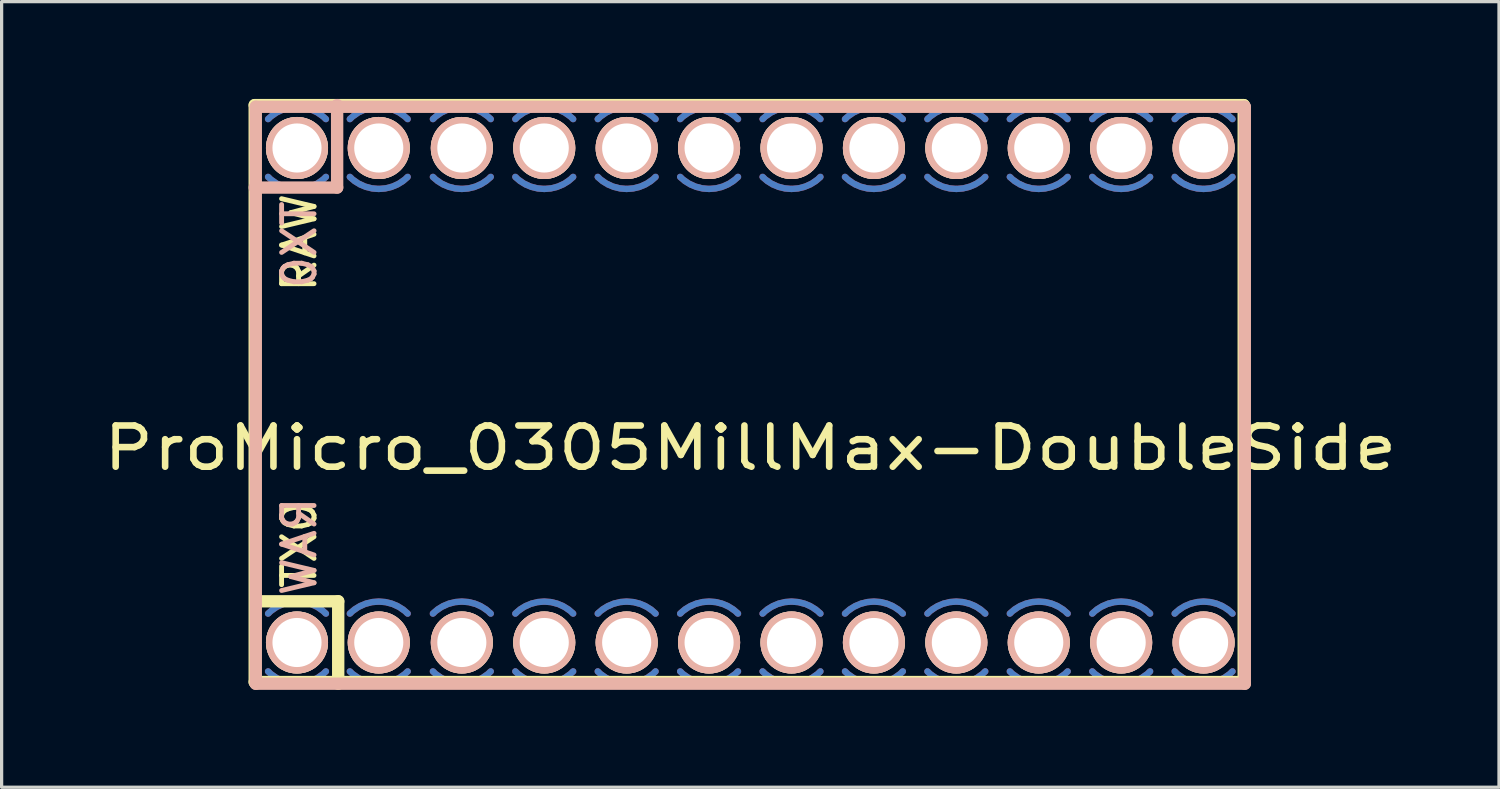
<source format=kicad_pcb>
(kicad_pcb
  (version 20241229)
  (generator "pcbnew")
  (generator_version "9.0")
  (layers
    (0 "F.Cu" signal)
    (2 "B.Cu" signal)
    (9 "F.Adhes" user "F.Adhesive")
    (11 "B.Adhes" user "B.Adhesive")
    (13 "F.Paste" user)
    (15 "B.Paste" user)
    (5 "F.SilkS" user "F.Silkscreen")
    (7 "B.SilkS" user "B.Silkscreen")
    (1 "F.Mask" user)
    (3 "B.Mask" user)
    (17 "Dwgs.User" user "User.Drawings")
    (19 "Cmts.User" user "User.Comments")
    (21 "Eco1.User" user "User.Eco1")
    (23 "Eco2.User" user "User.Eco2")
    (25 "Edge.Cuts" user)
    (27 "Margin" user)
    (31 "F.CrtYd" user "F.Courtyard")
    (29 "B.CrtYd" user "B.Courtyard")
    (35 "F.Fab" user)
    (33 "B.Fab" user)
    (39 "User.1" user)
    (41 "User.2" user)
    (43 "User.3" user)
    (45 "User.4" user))
  (footprint "ProMicro_0305MillMax-DoubleSide"
    (layer "F.Cu")
    (at 20.073 9.131)
    (property "Reference" "ProMicro_0305MillMax-DoubleSide" (at 0 1.625 0) (layer "F.SilkS") (effects (font (size 1.27 1.524) (thickness 0.203))))
    (attr through_hole)
    (fp_line (start -15.273 -8.941) (end 15.207 -8.941) (stroke (width 0.381) (type solid)) (layer "F.SilkS"))
    (fp_line (start -15.273 8.839) (end -15.273 -8.941) (stroke (width 0.381) (type solid)) (layer "F.SilkS"))
    (fp_line (start -15.24 6.35) (end -12.7 6.35) (stroke (width 0.381) (type solid)) (layer "F.SilkS"))
    (fp_line (start -12.7 6.35) (end -12.7 8.89) (stroke (width 0.381) (type solid)) (layer "F.SilkS"))
    (fp_line (start 15.207 -8.941) (end 15.207 8.839) (stroke (width 0.381) (type solid)) (layer "F.SilkS"))
    (fp_line (start 15.207 8.839) (end -15.273 8.839) (stroke (width 0.381) (type solid)) (layer "F.SilkS"))
    (fp_line (start -15.273 -6.401) (end -12.733 -6.401) (stroke (width 0.381) (type solid)) (layer "B.SilkS"))
    (fp_line (start -15.24 -8.89) (end -15.24 8.89) (stroke (width 0.381) (type solid)) (layer "B.SilkS"))
    (fp_line (start -15.24 8.89) (end 15.24 8.89) (stroke (width 0.381) (type solid)) (layer "B.SilkS"))
    (fp_line (start -12.733 -6.401) (end -12.733 -8.941) (stroke (width 0.381) (type solid)) (layer "B.SilkS"))
    (fp_line (start 15.24 -8.89) (end -15.24 -8.89) (stroke (width 0.381) (type solid)) (layer "B.SilkS"))
    (fp_line (start 15.24 8.89) (end 15.24 -8.89) (stroke (width 0.381) (type solid)) (layer "B.SilkS"))
    (fp_text user "TX0" (at -13.9 4.6 270) (layer "F.SilkS") (effects (font (size 1 1) (thickness 0.15))))
    (fp_text user "RAW" (at -13.9 -4.7 270) (layer "F.SilkS") (effects (font (size 1 1) (thickness 0.15))))
    (fp_text user "TX0" (at -13.899 -4.64 90) (layer "B.SilkS") (effects (font (size 1 1) (thickness 0.15)) (justify mirror)))
    (fp_text user "RAW" (at -13.899 4.66 90) (layer "B.SilkS") (effects (font (size 1 1) (thickness 0.15)) (justify mirror)))
    (pad "1" smd custom (at -13.97 -8.88) (size 0.2 0.2) (layers "F.Cu" "B.Mask") (options (anchor circle)) (primitives (gr_arc (start -0.890955 0.369045) (mid 0 -0.000001) (end 0.890955 0.369045) (width 0.2))))
    (pad "1" smd custom (at -13.97 -6.36) (size 0.2 0.2) (layers "F.Cu" "B.Mask") (options (anchor circle)) (primitives (gr_arc (start 0.890955 -0.369045) (mid 0 0.000001) (end -0.890955 -0.369045) (width 0.2))))
    (pad "1" smd custom (at -13.97 6.36) (size 0.2 0.2) (layers "B.Cu" "B.Mask") (options (anchor circle)) (primitives (gr_arc (start -0.890955 0.369045) (mid 0 -0.000001) (end 0.890955 0.369045) (width 0.2))))
    (pad "1" smd custom (at -13.97 8.88) (size 0.2 0.2) (layers "B.Cu" "B.Mask") (options (anchor circle)) (primitives (gr_arc (start 0.890955 -0.369045) (mid 0 0.000001) (end -0.890955 -0.369045) (width 0.2))))
    (pad "2" smd custom (at -11.45 -8.88) (size 0.2 0.2) (layers "F.Cu" "B.Mask") (options (anchor circle)) (primitives (gr_arc (start -0.890955 0.369045) (mid 0 -0.000001) (end 0.890955 0.369045) (width 0.2))))
    (pad "2" smd custom (at -11.45 -6.36) (size 0.2 0.2) (layers "F.Cu" "B.Mask") (options (anchor circle)) (primitives (gr_arc (start 0.890955 -0.369045) (mid 0 0.000001) (end -0.890955 -0.369045) (width 0.2))))
    (pad "2" smd custom (at -11.45 6.36) (size 0.2 0.2) (layers "B.Cu" "B.Mask") (options (anchor circle)) (primitives (gr_arc (start -0.890955 0.369045) (mid 0 -0.000001) (end 0.890955 0.369045) (width 0.2))))
    (pad "2" smd custom (at -11.45 8.88) (size 0.2 0.2) (layers "B.Cu" "B.Mask") (options (anchor circle)) (primitives (gr_arc (start 0.890955 -0.369045) (mid 0 0.000001) (end -0.890955 -0.369045) (width 0.2))))
    (pad "3" smd custom (at -8.89 -8.88) (size 0.2 0.2) (layers "F.Cu" "B.Mask") (options (anchor circle)) (primitives (gr_arc (start -0.890955 0.369045) (mid 0 -0.000001) (end 0.890955 0.369045) (width 0.2))))
    (pad "3" smd custom (at -8.89 -6.36) (size 0.2 0.2) (layers "F.Cu" "B.Mask") (options (anchor circle)) (primitives (gr_arc (start 0.890955 -0.369045) (mid 0 0.000001) (end -0.890955 -0.369045) (width 0.2))))
    (pad "3" smd custom (at -8.89 6.36) (size 0.2 0.2) (layers "B.Cu" "B.Mask") (options (anchor circle)) (primitives (gr_arc (start -0.890955 0.369045) (mid 0 -0.000001) (end 0.890955 0.369045) (width 0.2))))
    (pad "3" smd custom (at -8.89 8.88) (size 0.2 0.2) (layers "B.Cu" "B.Mask") (options (anchor circle)) (primitives (gr_arc (start 0.890955 -0.369045) (mid 0 0.000001) (end -0.890955 -0.369045) (width 0.2))))
    (pad "4" smd custom (at -6.35 -8.88) (size 0.2 0.2) (layers "F.Cu" "B.Mask") (options (anchor circle)) (primitives (gr_arc (start -0.890955 0.369045) (mid 0 -0.000001) (end 0.890955 0.369045) (width 0.2))))
    (pad "4" smd custom (at -6.35 -6.36) (size 0.2 0.2) (layers "F.Cu" "B.Mask") (options (anchor circle)) (primitives (gr_arc (start 0.890955 -0.369045) (mid 0 0.000001) (end -0.890955 -0.369045) (width 0.2))))
    (pad "4" smd custom (at -6.35 6.36) (size 0.2 0.2) (layers "B.Cu" "B.Mask") (options (anchor circle)) (primitives (gr_arc (start -0.890955 0.369045) (mid 0 -0.000001) (end 0.890955 0.369045) (width 0.2))))
    (pad "4" smd custom (at -6.35 8.88) (size 0.2 0.2) (layers "B.Cu" "B.Mask") (options (anchor circle)) (primitives (gr_arc (start 0.890955 -0.369045) (mid 0 0.000001) (end -0.890955 -0.369045) (width 0.2))))
    (pad "5" smd custom (at -3.81 -8.88) (size 0.2 0.2) (layers "F.Cu" "B.Mask") (options (anchor circle)) (primitives (gr_arc (start -0.890955 0.369045) (mid 0 -0.000001) (end 0.890955 0.369045) (width 0.2))))
    (pad "5" smd custom (at -3.81 -6.36) (size 0.2 0.2) (layers "F.Cu" "B.Mask") (options (anchor circle)) (primitives (gr_arc (start 0.890955 -0.369045) (mid 0 0.000001) (end -0.890955 -0.369045) (width 0.2))))
    (pad "5" smd custom (at -3.81 6.36) (size 0.2 0.2) (layers "B.Cu" "B.Mask") (options (anchor circle)) (primitives (gr_arc (start -0.890955 0.369045) (mid 0 -0.000001) (end 0.890955 0.369045) (width 0.2))))
    (pad "5" smd custom (at -3.81 8.88) (size 0.2 0.2) (layers "B.Cu" "B.Mask") (options (anchor circle)) (primitives (gr_arc (start 0.890955 -0.369045) (mid 0 0.000001) (end -0.890955 -0.369045) (width 0.2))))
    (pad "6" smd custom (at -1.27 -8.88) (size 0.2 0.2) (layers "F.Cu" "B.Mask") (options (anchor circle)) (primitives (gr_arc (start -0.890955 0.369045) (mid 0 -0.000001) (end 0.890955 0.369045) (width 0.2))))
    (pad "6" smd custom (at -1.27 -6.36) (size 0.2 0.2) (layers "F.Cu" "B.Mask") (options (anchor circle)) (primitives (gr_arc (start 0.890955 -0.369045) (mid 0 0.000001) (end -0.890955 -0.369045) (width 0.2))))
    (pad "6" smd custom (at -1.27 6.36) (size 0.2 0.2) (layers "B.Cu" "B.Mask") (options (anchor circle)) (primitives (gr_arc (start -0.890955 0.369045) (mid 0 -0.000001) (end 0.890955 0.369045) (width 0.2))))
    (pad "6" smd custom (at -1.27 8.88) (size 0.2 0.2) (layers "B.Cu" "B.Mask") (options (anchor circle)) (primitives (gr_arc (start 0.890955 -0.369045) (mid 0 0.000001) (end -0.890955 -0.369045) (width 0.2))))
    (pad "7" smd custom (at 1.27 -8.88) (size 0.2 0.2) (layers "F.Cu" "B.Mask") (options (anchor circle)) (primitives (gr_arc (start -0.890955 0.369045) (mid 0 -0.000001) (end 0.890955 0.369045) (width 0.2))))
    (pad "7" smd custom (at 1.27 -6.36) (size 0.2 0.2) (layers "F.Cu" "B.Mask") (options (anchor circle)) (primitives (gr_arc (start 0.890955 -0.369045) (mid 0 0.000001) (end -0.890955 -0.369045) (width 0.2))))
    (pad "7" smd custom (at 1.27 6.36) (size 0.2 0.2) (layers "B.Cu" "B.Mask") (options (anchor circle)) (primitives (gr_arc (start -0.890955 0.369045) (mid 0 -0.000001) (end 0.890955 0.369045) (width 0.2))))
    (pad "7" smd custom (at 1.27 8.88) (size 0.2 0.2) (layers "B.Cu" "B.Mask") (options (anchor circle)) (primitives (gr_arc (start 0.890955 -0.369045) (mid 0 0.000001) (end -0.890955 -0.369045) (width 0.2))))
    (pad "8" smd custom (at 3.81 -8.88) (size 0.2 0.2) (layers "F.Cu" "B.Mask") (options (anchor circle)) (primitives (gr_arc (start -0.890955 0.369045) (mid 0 -0.000001) (end 0.890955 0.369045) (width 0.2))))
    (pad "8" smd custom (at 3.81 -6.36) (size 0.2 0.2) (layers "F.Cu" "B.Mask") (options (anchor circle)) (primitives (gr_arc (start 0.890955 -0.369045) (mid 0 0.000001) (end -0.890955 -0.369045) (width 0.2))))
    (pad "8" smd custom (at 3.81 6.36) (size 0.2 0.2) (layers "B.Cu" "B.Mask") (options (anchor circle)) (primitives (gr_arc (start -0.890955 0.369045) (mid 0 -0.000001) (end 0.890955 0.369045) (width 0.2))))
    (pad "8" smd custom (at 3.81 8.88) (size 0.2 0.2) (layers "B.Cu" "B.Mask") (options (anchor circle)) (primitives (gr_arc (start 0.890955 -0.369045) (mid 0 0.000001) (end -0.890955 -0.369045) (width 0.2))))
    (pad "9" smd custom (at 6.35 -8.88) (size 0.2 0.2) (layers "F.Cu" "B.Mask") (options (anchor circle)) (primitives (gr_arc (start -0.890955 0.369045) (mid 0 -0.000001) (end 0.890955 0.369045) (width 0.2))))
    (pad "9" smd custom (at 6.35 -6.36) (size 0.2 0.2) (layers "F.Cu" "B.Mask") (options (anchor circle)) (primitives (gr_arc (start 0.890955 -0.369045) (mid 0 0.000001) (end -0.890955 -0.369045) (width 0.2))))
    (pad "9" smd custom (at 6.35 6.36) (size 0.2 0.2) (layers "B.Cu" "B.Mask") (options (anchor circle)) (primitives (gr_arc (start -0.890955 0.369045) (mid 0 -0.000001) (end 0.890955 0.369045) (width 0.2))))
    (pad "9" smd custom (at 6.35 8.88) (size 0.2 0.2) (layers "B.Cu" "B.Mask") (options (anchor circle)) (primitives (gr_arc (start 0.890955 -0.369045) (mid 0 0.000001) (end -0.890955 -0.369045) (width 0.2))))
    (pad "10" smd custom (at 8.89 -8.88) (size 0.2 0.2) (layers "F.Cu" "B.Mask") (options (anchor circle)) (primitives (gr_arc (start -0.890955 0.369045) (mid 0 -0.000001) (end 0.890955 0.369045) (width 0.2))))
    (pad "10" smd custom (at 8.89 -6.36) (size 0.2 0.2) (layers "F.Cu" "B.Mask") (options (anchor circle)) (primitives (gr_arc (start 0.890955 -0.369045) (mid 0 0.000001) (end -0.890955 -0.369045) (width 0.2))))
    (pad "10" smd custom (at 8.89 6.36) (size 0.2 0.2) (layers "B.Cu" "B.Mask") (options (anchor circle)) (primitives (gr_arc (start -0.890955 0.369045) (mid 0 -0.000001) (end 0.890955 0.369045) (width 0.2))))
    (pad "10" smd custom (at 8.89 8.88) (size 0.2 0.2) (layers "B.Cu" "B.Mask") (options (anchor circle)) (primitives (gr_arc (start 0.890955 -0.369045) (mid 0 0.000001) (end -0.890955 -0.369045) (width 0.2))))
    (pad "11" smd custom (at 11.43 -8.88) (size 0.2 0.2) (layers "F.Cu" "B.Mask") (options (anchor circle)) (primitives (gr_arc (start -0.890955 0.369045) (mid 0 -0.000001) (end 0.890955 0.369045) (width 0.2))))
    (pad "11" smd custom (at 11.43 -6.36) (size 0.2 0.2) (layers "F.Cu" "B.Mask") (options (anchor circle)) (primitives (gr_arc (start 0.890955 -0.369045) (mid 0 0.000001) (end -0.890955 -0.369045) (width 0.2))))
    (pad "11" smd custom (at 11.43 6.36) (size 0.2 0.2) (layers "B.Cu" "B.Mask") (options (anchor circle)) (primitives (gr_arc (start -0.890955 0.369045) (mid 0 -0.000001) (end 0.890955 0.369045) (width 0.2))))
    (pad "11" smd custom (at 11.43 8.88) (size 0.2 0.2) (layers "B.Cu" "B.Mask") (options (anchor circle)) (primitives (gr_arc (start 0.890955 -0.369045) (mid 0 0.000001) (end -0.890955 -0.369045) (width 0.2))))
    (pad "12" smd custom (at 13.97 -8.88) (size 0.2 0.2) (layers "F.Cu" "B.Mask") (options (anchor circle)) (primitives (gr_arc (start -0.890955 0.369045) (mid 0 -0.000001) (end 0.890955 0.369045) (width 0.2))))
    (pad "12" smd custom (at 13.97 -6.36) (size 0.2 0.2) (layers "F.Cu" "B.Mask") (options (anchor circle)) (primitives (gr_arc (start 0.890955 -0.369045) (mid 0 0.000001) (end -0.890955 -0.369045) (width 0.2))))
    (pad "12" smd custom (at 13.97 6.36) (size 0.2 0.2) (layers "B.Cu" "B.Mask") (options (anchor circle)) (primitives (gr_arc (start -0.890955 0.369045) (mid 0 -0.000001) (end 0.890955 0.369045) (width 0.2))))
    (pad "12" smd custom (at 13.97 8.88) (size 0.2 0.2) (layers "B.Cu" "B.Mask") (options (anchor circle)) (primitives (gr_arc (start 0.890955 -0.369045) (mid 0 0.000001) (end -0.890955 -0.369045) (width 0.2))))
    (pad "13" smd custom (at 13.97 -8.88) (size 0.2 0.2) (layers "F.Mask" "B.Cu") (options (anchor circle)) (primitives (gr_arc (start -0.890955 0.369045) (mid 0 -0.000001) (end 0.890955 0.369045) (width 0.2))))
    (pad "13" smd custom (at 13.97 -6.36) (size 0.2 0.2) (layers "F.Mask" "B.Cu") (options (anchor circle)) (primitives (gr_arc (start 0.890955 -0.369045) (mid 0 0.000001) (end -0.890955 -0.369045) (width 0.2))))
    (pad "13" smd custom (at 13.97 6.36) (size 0.2 0.2) (layers "F.Cu" "F.Mask") (options (anchor circle)) (primitives (gr_arc (start -0.890955 0.369045) (mid 0 -0.000001) (end 0.890955 0.369045) (width 0.2))))
    (pad "13" smd custom (at 13.97 8.88) (size 0.2 0.2) (layers "F.Cu" "F.Mask") (options (anchor circle)) (primitives (gr_arc (start 0.890955 -0.369045) (mid 0 0.000001) (end -0.890955 -0.369045) (width 0.2))))
    (pad "14" smd custom (at 11.43 -8.88) (size 0.2 0.2) (layers "F.Mask" "B.Cu") (options (anchor circle)) (primitives (gr_arc (start -0.890955 0.369045) (mid 0 -0.000001) (end 0.890955 0.369045) (width 0.2))))
    (pad "14" smd custom (at 11.43 -6.36) (size 0.2 0.2) (layers "F.Mask" "B.Cu") (options (anchor circle)) (primitives (gr_arc (start 0.890955 -0.369045) (mid 0 0.000001) (end -0.890955 -0.369045) (width 0.2))))
    (pad "14" smd custom (at 11.43 6.36) (size 0.2 0.2) (layers "F.Cu" "F.Mask") (options (anchor circle)) (primitives (gr_arc (start -0.890955 0.369045) (mid 0 -0.000001) (end 0.890955 0.369045) (width 0.2))))
    (pad "14" smd custom (at 11.43 8.88) (size 0.2 0.2) (layers "F.Cu" "F.Mask") (options (anchor circle)) (primitives (gr_arc (start 0.890955 -0.369045) (mid 0 0.000001) (end -0.890955 -0.369045) (width 0.2))))
    (pad "15" smd custom (at 8.89 -8.88) (size 0.2 0.2) (layers "F.Mask" "B.Cu") (options (anchor circle)) (primitives (gr_arc (start -0.890955 0.369045) (mid 0 -0.000001) (end 0.890955 0.369045) (width 0.2))))
    (pad "15" smd custom (at 8.89 -6.36) (size 0.2 0.2) (layers "F.Mask" "B.Cu") (options (anchor circle)) (primitives (gr_arc (start 0.890955 -0.369045) (mid 0 0.000001) (end -0.890955 -0.369045) (width 0.2))))
    (pad "15" smd custom (at 8.89 6.36) (size 0.2 0.2) (layers "F.Cu" "F.Mask") (options (anchor circle)) (primitives (gr_arc (start -0.890955 0.369045) (mid 0 -0.000001) (end 0.890955 0.369045) (width 0.2))))
    (pad "15" smd custom (at 8.89 8.88) (size 0.2 0.2) (layers "F.Cu" "F.Mask") (options (anchor circle)) (primitives (gr_arc (start 0.890955 -0.369045) (mid 0 0.000001) (end -0.890955 -0.369045) (width 0.2))))
    (pad "16" smd custom (at 6.35 -8.88) (size 0.2 0.2) (layers "F.Mask" "B.Cu") (options (anchor circle)) (primitives (gr_arc (start -0.890955 0.369045) (mid 0 -0.000001) (end 0.890955 0.369045) (width 0.2))))
    (pad "16" smd custom (at 6.35 -6.36) (size 0.2 0.2) (layers "F.Mask" "B.Cu") (options (anchor circle)) (primitives (gr_arc (start 0.890955 -0.369045) (mid 0 0.000001) (end -0.890955 -0.369045) (width 0.2))))
    (pad "16" smd custom (at 6.35 6.36) (size 0.2 0.2) (layers "F.Cu" "F.Mask") (options (anchor circle)) (primitives (gr_arc (start -0.890955 0.369045) (mid 0 -0.000001) (end 0.890955 0.369045) (width 0.2))))
    (pad "16" smd custom (at 6.35 8.88) (size 0.2 0.2) (layers "F.Cu" "F.Mask") (options (anchor circle)) (primitives (gr_arc (start 0.890955 -0.369045) (mid 0 0.000001) (end -0.890955 -0.369045) (width 0.2))))
    (pad "17" smd custom (at 3.81 -8.88) (size 0.2 0.2) (layers "F.Mask" "B.Cu") (options (anchor circle)) (primitives (gr_arc (start -0.890955 0.369045) (mid 0 -0.000001) (end 0.890955 0.369045) (width 0.2))))
    (pad "17" smd custom (at 3.81 -6.36) (size 0.2 0.2) (layers "F.Mask" "B.Cu") (options (anchor circle)) (primitives (gr_arc (start 0.890955 -0.369045) (mid 0 0.000001) (end -0.890955 -0.369045) (width 0.2))))
    (pad "17" smd custom (at 3.81 6.36) (size 0.2 0.2) (layers "F.Cu" "F.Mask") (options (anchor circle)) (primitives (gr_arc (start -0.890955 0.369045) (mid 0 -0.000001) (end 0.890955 0.369045) (width 0.2))))
    (pad "17" smd custom (at 3.81 8.88) (size 0.2 0.2) (layers "F.Cu" "F.Mask") (options (anchor circle)) (primitives (gr_arc (start 0.890955 -0.369045) (mid 0 0.000001) (end -0.890955 -0.369045) (width 0.2))))
    (pad "18" smd custom (at 1.27 -8.88) (size 0.2 0.2) (layers "F.Mask" "B.Cu") (options (anchor circle)) (primitives (gr_arc (start -0.890955 0.369045) (mid 0 -0.000001) (end 0.890955 0.369045) (width 0.2))))
    (pad "18" smd custom (at 1.27 -6.36) (size 0.2 0.2) (layers "F.Mask" "B.Cu") (options (anchor circle)) (primitives (gr_arc (start 0.890955 -0.369045) (mid 0 0.000001) (end -0.890955 -0.369045) (width 0.2))))
    (pad "18" smd custom (at 1.27 6.36) (size 0.2 0.2) (layers "F.Cu" "F.Mask") (options (anchor circle)) (primitives (gr_arc (start -0.890955 0.369045) (mid 0 -0.000001) (end 0.890955 0.369045) (width 0.2))))
    (pad "18" smd custom (at 1.27 8.88) (size 0.2 0.2) (layers "F.Cu" "F.Mask") (options (anchor circle)) (primitives (gr_arc (start 0.890955 -0.369045) (mid 0 0.000001) (end -0.890955 -0.369045) (width 0.2))))
    (pad "19" smd custom (at -1.27 -8.88) (size 0.2 0.2) (layers "F.Mask" "B.Cu") (options (anchor circle)) (primitives (gr_arc (start -0.890955 0.369045) (mid 0 -0.000001) (end 0.890955 0.369045) (width 0.2))))
    (pad "19" smd custom (at -1.27 -6.36) (size 0.2 0.2) (layers "F.Mask" "B.Cu") (options (anchor circle)) (primitives (gr_arc (start 0.890955 -0.369045) (mid 0 0.000001) (end -0.890955 -0.369045) (width 0.2))))
    (pad "19" smd custom (at -1.27 6.36) (size 0.2 0.2) (layers "F.Cu" "F.Mask") (options (anchor circle)) (primitives (gr_arc (start -0.890955 0.369045) (mid 0 -0.000001) (end 0.890955 0.369045) (width 0.2))))
    (pad "19" smd custom (at -1.27 8.88) (size 0.2 0.2) (layers "F.Cu" "F.Mask") (options (anchor circle)) (primitives (gr_arc (start 0.890955 -0.369045) (mid 0 0.000001) (end -0.890955 -0.369045) (width 0.2))))
    (pad "20" smd custom (at -3.81 -8.88) (size 0.2 0.2) (layers "F.Mask" "B.Cu") (options (anchor circle)) (primitives (gr_arc (start -0.890955 0.369045) (mid 0 -0.000001) (end 0.890955 0.369045) (width 0.2))))
    (pad "20" smd custom (at -3.81 -6.36) (size 0.2 0.2) (layers "F.Mask" "B.Cu") (options (anchor circle)) (primitives (gr_arc (start 0.890955 -0.369045) (mid 0 0.000001) (end -0.890955 -0.369045) (width 0.2))))
    (pad "20" smd custom (at -3.81 6.36) (size 0.2 0.2) (layers "F.Cu" "F.Mask") (options (anchor circle)) (primitives (gr_arc (start -0.890955 0.369045) (mid 0 -0.000001) (end 0.890955 0.369045) (width 0.2))))
    (pad "20" smd custom (at -3.81 8.88) (size 0.2 0.2) (layers "F.Cu" "F.Mask") (options (anchor circle)) (primitives (gr_arc (start 0.890955 -0.369045) (mid 0 0.000001) (end -0.890955 -0.369045) (width 0.2))))
    (pad "21" smd custom (at -6.35 -8.88) (size 0.2 0.2) (layers "F.Mask" "B.Cu") (options (anchor circle)) (primitives (gr_arc (start -0.890955 0.369045) (mid 0 -0.000001) (end 0.890955 0.369045) (width 0.2))))
    (pad "21" smd custom (at -6.35 -6.36) (size 0.2 0.2) (layers "F.Mask" "B.Cu") (options (anchor circle)) (primitives (gr_arc (start 0.890955 -0.369045) (mid 0 0.000001) (end -0.890955 -0.369045) (width 0.2))))
    (pad "21" smd custom (at -6.35 6.36) (size 0.2 0.2) (layers "F.Cu" "F.Mask") (options (anchor circle)) (primitives (gr_arc (start -0.890955 0.369045) (mid 0 -0.000001) (end 0.890955 0.369045) (width 0.2))))
    (pad "21" smd custom (at -6.35 8.88) (size 0.2 0.2) (layers "F.Cu" "F.Mask") (options (anchor circle)) (primitives (gr_arc (start 0.890955 -0.369045) (mid 0 0.000001) (end -0.890955 -0.369045) (width 0.2))))
    (pad "22" smd custom (at -8.89 -8.88) (size 0.2 0.2) (layers "F.Mask" "B.Cu") (options (anchor circle)) (primitives (gr_arc (start -0.890955 0.369045) (mid 0 -0.000001) (end 0.890955 0.369045) (width 0.2))))
    (pad "22" smd custom (at -8.89 -6.36) (size 0.2 0.2) (layers "F.Mask" "B.Cu") (options (anchor circle)) (primitives (gr_arc (start 0.890955 -0.369045) (mid 0 0.000001) (end -0.890955 -0.369045) (width 0.2))))
    (pad "22" smd custom (at -8.89 6.36) (size 0.2 0.2) (layers "F.Cu" "F.Mask") (options (anchor circle)) (primitives (gr_arc (start -0.890955 0.369045) (mid 0 -0.000001) (end 0.890955 0.369045) (width 0.2))))
    (pad "22" smd custom (at -8.89 8.88) (size 0.2 0.2) (layers "F.Cu" "F.Mask") (options (anchor circle)) (primitives (gr_arc (start 0.890955 -0.369045) (mid 0 0.000001) (end -0.890955 -0.369045) (width 0.2))))
    (pad "23" smd custom (at -11.45 -8.88) (size 0.2 0.2) (layers "F.Mask" "B.Cu") (options (anchor circle)) (primitives (gr_arc (start -0.890955 0.369045) (mid 0 -0.000001) (end 0.890955 0.369045) (width 0.2))))
    (pad "23" smd custom (at -11.45 -6.36) (size 0.2 0.2) (layers "F.Mask" "B.Cu") (options (anchor circle)) (primitives (gr_arc (start 0.890955 -0.369045) (mid 0 0.000001) (end -0.890955 -0.369045) (width 0.2))))
    (pad "23" smd custom (at -11.45 6.36) (size 0.2 0.2) (layers "F.Cu" "F.Mask") (options (anchor circle)) (primitives (gr_arc (start -0.890955 0.369045) (mid 0 -0.000001) (end 0.890955 0.369045) (width 0.2))))
    (pad "23" smd custom (at -11.45 8.88) (size 0.2 0.2) (layers "F.Cu" "F.Mask") (options (anchor circle)) (primitives (gr_arc (start 0.890955 -0.369045) (mid 0 0.000001) (end -0.890955 -0.369045) (width 0.2))))
    (pad "24" smd custom (at -13.97 -8.88) (size 0.2 0.2) (layers "F.Mask" "B.Cu") (options (anchor circle)) (primitives (gr_arc (start -0.890955 0.369045) (mid 0 -0.000001) (end 0.890955 0.369045) (width 0.2))))
    (pad "24" smd custom (at -13.97 -6.36) (size 0.2 0.2) (layers "F.Mask" "B.Cu") (options (anchor circle)) (primitives (gr_arc (start 0.890955 -0.369045) (mid 0 0.000001) (end -0.890955 -0.369045) (width 0.2))))
    (pad "24" smd custom (at -13.97 6.36) (size 0.2 0.2) (layers "F.Cu" "F.Mask") (options (anchor circle)) (primitives (gr_arc (start -0.890955 0.369045) (mid 0 -0.000001) (end 0.890955 0.369045) (width 0.2))))
    (pad "24" smd custom (at -13.97 8.88) (size 0.2 0.2) (layers "F.Cu" "F.Mask") (options (anchor circle)) (primitives (gr_arc (start 0.890955 -0.369045) (mid 0 0.000001) (end -0.890955 -0.369045) (width 0.2))))
    (pad "25" thru_hole circle (at -13.97 -7.62) (size 1.913 1.913) (drill 1.513) (layers "*.Cu" "*.SilkS" "*.Mask"))
    (pad "25" thru_hole circle (at -13.97 7.62) (size 1.913 1.913) (drill 1.513) (layers "*.Cu" "*.SilkS" "*.Mask"))
    (pad "26" thru_hole circle (at -11.45 -7.62) (size 1.913 1.913) (drill 1.513) (layers "*.Cu" "*.SilkS" "*.Mask"))
    (pad "26" thru_hole circle (at -11.45 7.62) (size 1.913 1.913) (drill 1.513) (layers "*.Cu" "*.SilkS" "*.Mask"))
    (pad "27" thru_hole circle (at -8.89 -7.62) (size 1.913 1.913) (drill 1.513) (layers "*.Cu" "*.SilkS" "*.Mask"))
    (pad "27" thru_hole circle (at -8.89 7.62) (size 1.913 1.913) (drill 1.513) (layers "*.Cu" "*.SilkS" "*.Mask"))
    (pad "28" thru_hole circle (at -6.35 -7.62) (size 1.913 1.913) (drill 1.513) (layers "*.Cu" "*.SilkS" "*.Mask"))
    (pad "28" thru_hole circle (at -6.35 7.62) (size 1.913 1.913) (drill 1.513) (layers "*.Cu" "*.SilkS" "*.Mask"))
    (pad "29" thru_hole circle (at -3.81 -7.62) (size 1.913 1.913) (drill 1.513) (layers "*.Cu" "*.SilkS" "*.Mask"))
    (pad "29" thru_hole circle (at -3.81 7.62) (size 1.913 1.913) (drill 1.513) (layers "*.Cu" "*.SilkS" "*.Mask"))
    (pad "30" thru_hole circle (at -1.27 -7.62) (size 1.913 1.913) (drill 1.513) (layers "*.Cu" "*.SilkS" "*.Mask"))
    (pad "30" thru_hole circle (at -1.27 7.62) (size 1.913 1.913) (drill 1.513) (layers "*.Cu" "*.SilkS" "*.Mask"))
    (pad "31" thru_hole circle (at 1.27 -7.62) (size 1.913 1.913) (drill 1.513) (layers "*.Cu" "*.SilkS" "*.Mask"))
    (pad "31" thru_hole circle (at 1.27 7.62) (size 1.913 1.913) (drill 1.513) (layers "*.Cu" "*.SilkS" "*.Mask"))
    (pad "32" thru_hole circle (at 3.81 -7.62) (size 1.913 1.913) (drill 1.513) (layers "*.Cu" "*.SilkS" "*.Mask"))
    (pad "32" thru_hole circle (at 3.81 7.62) (size 1.913 1.913) (drill 1.513) (layers "*.Cu" "*.SilkS" "*.Mask"))
    (pad "33" thru_hole circle (at 6.35 -7.62) (size 1.913 1.913) (drill 1.513) (layers "*.Cu" "*.SilkS" "*.Mask"))
    (pad "33" thru_hole circle (at 6.35 7.62) (size 1.913 1.913) (drill 1.513) (layers "*.Cu" "*.SilkS" "*.Mask"))
    (pad "34" thru_hole circle (at 8.89 -7.62) (size 1.913 1.913) (drill 1.513) (layers "*.Cu" "*.SilkS" "*.Mask"))
    (pad "34" thru_hole circle (at 8.89 7.62) (size 1.913 1.913) (drill 1.513) (layers "*.Cu" "*.SilkS" "*.Mask"))
    (pad "35" thru_hole circle (at 11.43 -7.62) (size 1.913 1.913) (drill 1.513) (layers "*.Cu" "*.SilkS" "*.Mask"))
    (pad "35" thru_hole circle (at 11.43 7.62) (size 1.913 1.913) (drill 1.513) (layers "*.Cu" "*.SilkS" "*.Mask"))
    (pad "36" thru_hole circle (at 13.97 -7.62) (size 1.913 1.913) (drill 1.513) (layers "*.Cu" "*.SilkS" "*.Mask"))
    (pad "36" thru_hole circle (at 13.97 7.62) (size 1.913 1.913) (drill 1.513) (layers "*.Cu" "*.SilkS" "*.Mask")))
  (gr_rect
    (start -3 -3)
    (end 43.147 21.212)
    (stroke (width 0.1) (type default))
    (fill no)
    (layer "Edge.Cuts")))
</source>
